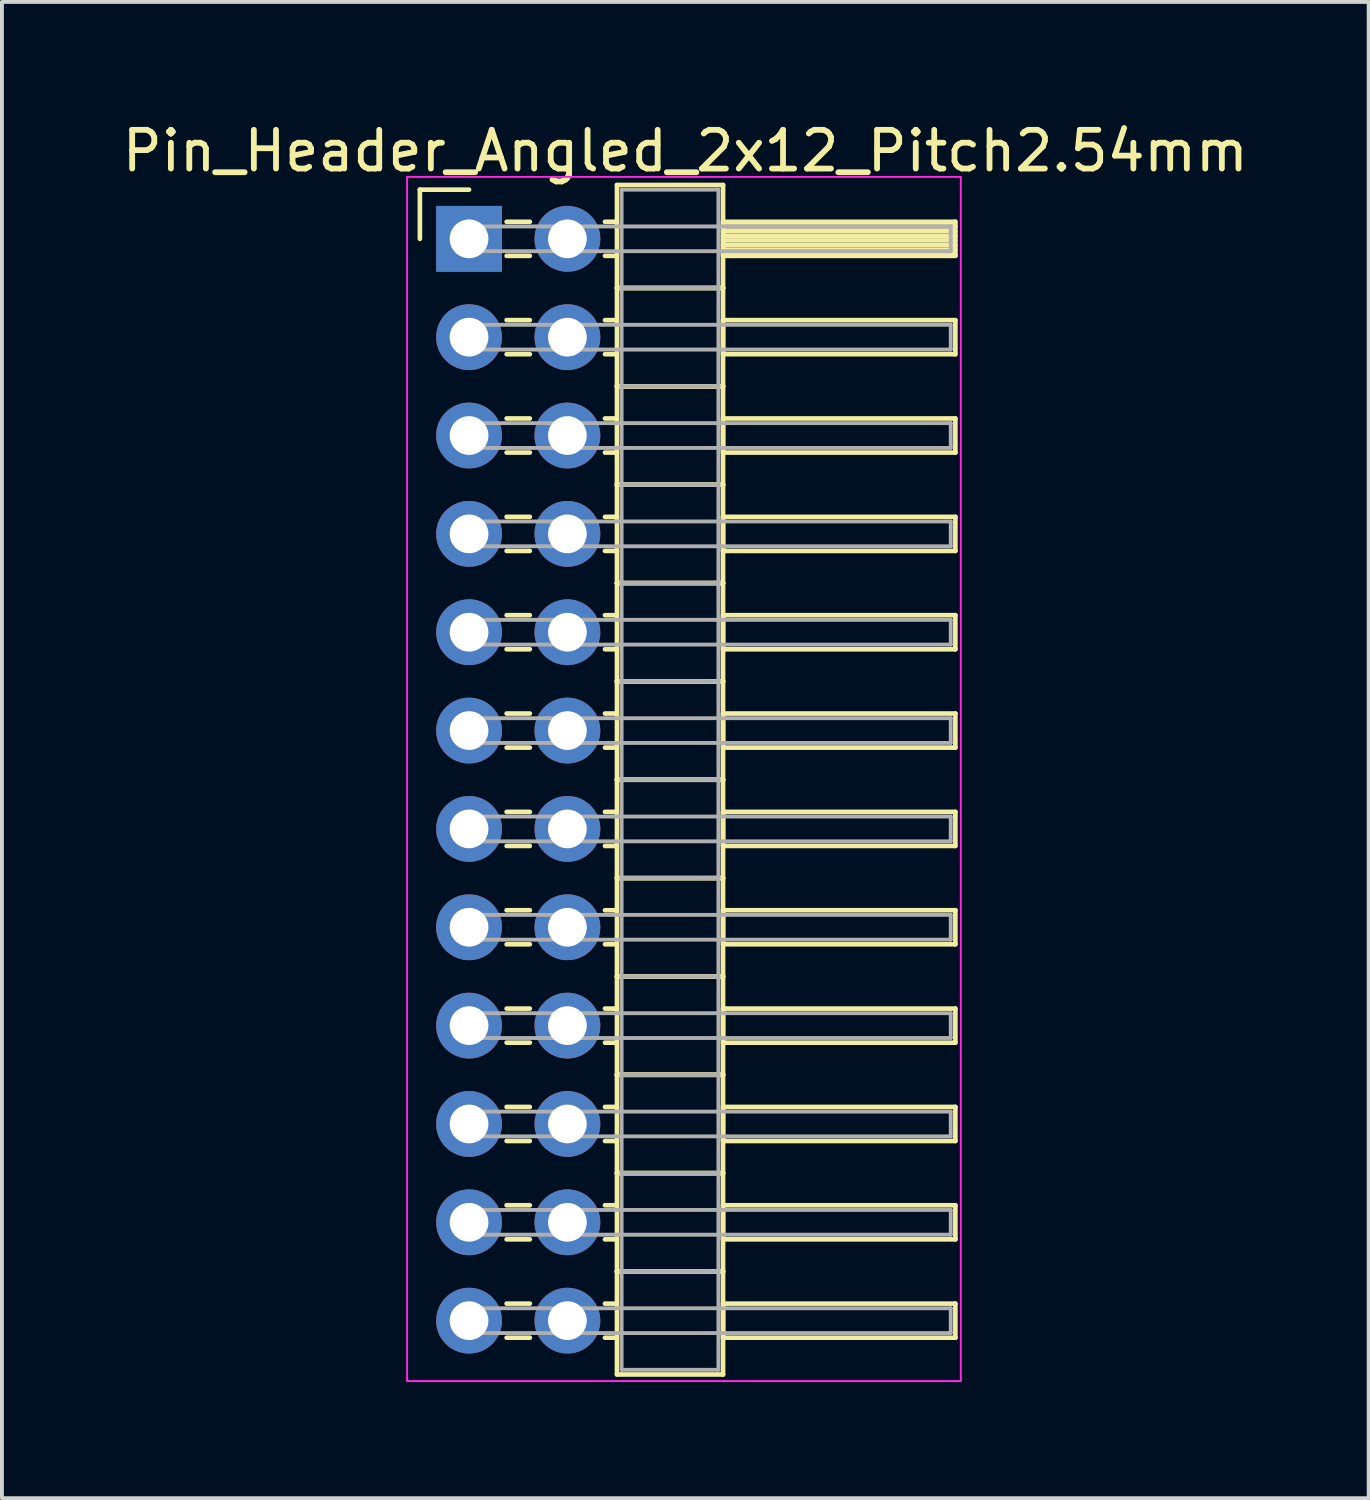
<source format=kicad_pcb>
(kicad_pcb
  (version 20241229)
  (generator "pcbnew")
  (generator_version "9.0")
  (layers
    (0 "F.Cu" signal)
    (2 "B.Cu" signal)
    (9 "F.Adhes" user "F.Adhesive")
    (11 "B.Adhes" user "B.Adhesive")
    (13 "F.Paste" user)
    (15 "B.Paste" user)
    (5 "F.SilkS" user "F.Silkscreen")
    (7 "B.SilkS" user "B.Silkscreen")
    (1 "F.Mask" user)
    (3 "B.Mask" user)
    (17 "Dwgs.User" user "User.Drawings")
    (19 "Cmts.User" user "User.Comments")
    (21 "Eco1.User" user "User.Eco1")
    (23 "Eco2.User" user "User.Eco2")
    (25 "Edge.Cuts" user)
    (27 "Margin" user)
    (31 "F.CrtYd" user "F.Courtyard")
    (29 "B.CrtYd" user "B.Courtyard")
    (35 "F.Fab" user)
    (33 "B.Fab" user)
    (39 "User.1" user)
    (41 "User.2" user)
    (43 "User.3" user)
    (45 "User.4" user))
  (footprint "Pin_Header_Angled_2x12_Pitch2.54mm"
    (layer "F.Cu")
    (at 9.064 3.118)
    (property "Reference" "Pin_Header_Angled_2x12_Pitch2.54mm" (at 5.585 -2.27 0) (layer "F.SilkS") (effects (font (size 1 1) (thickness 0.15))))
    (attr through_hole)
    (fp_line (start -1.27 -1.27) (end 0 -1.27) (stroke (width 0.12) (type solid)) (layer "F.SilkS"))
    (fp_line (start -1.27 0) (end -1.27 -1.27) (stroke (width 0.12) (type solid)) (layer "F.SilkS"))
    (fp_line (start 0.97 -0.44) (end 1.57 -0.44) (stroke (width 0.12) (type solid)) (layer "F.SilkS"))
    (fp_line (start 0.97 0.44) (end 1.57 0.44) (stroke (width 0.12) (type solid)) (layer "F.SilkS"))
    (fp_line (start 0.97 2.1) (end 1.57 2.1) (stroke (width 0.12) (type solid)) (layer "F.SilkS"))
    (fp_line (start 0.97 2.98) (end 1.57 2.98) (stroke (width 0.12) (type solid)) (layer "F.SilkS"))
    (fp_line (start 0.97 4.64) (end 1.57 4.64) (stroke (width 0.12) (type solid)) (layer "F.SilkS"))
    (fp_line (start 0.97 5.52) (end 1.57 5.52) (stroke (width 0.12) (type solid)) (layer "F.SilkS"))
    (fp_line (start 0.97 7.18) (end 1.57 7.18) (stroke (width 0.12) (type solid)) (layer "F.SilkS"))
    (fp_line (start 0.97 8.06) (end 1.57 8.06) (stroke (width 0.12) (type solid)) (layer "F.SilkS"))
    (fp_line (start 0.97 9.72) (end 1.57 9.72) (stroke (width 0.12) (type solid)) (layer "F.SilkS"))
    (fp_line (start 0.97 10.6) (end 1.57 10.6) (stroke (width 0.12) (type solid)) (layer "F.SilkS"))
    (fp_line (start 0.97 12.26) (end 1.57 12.26) (stroke (width 0.12) (type solid)) (layer "F.SilkS"))
    (fp_line (start 0.97 13.14) (end 1.57 13.14) (stroke (width 0.12) (type solid)) (layer "F.SilkS"))
    (fp_line (start 0.97 14.8) (end 1.57 14.8) (stroke (width 0.12) (type solid)) (layer "F.SilkS"))
    (fp_line (start 0.97 15.68) (end 1.57 15.68) (stroke (width 0.12) (type solid)) (layer "F.SilkS"))
    (fp_line (start 0.97 17.34) (end 1.57 17.34) (stroke (width 0.12) (type solid)) (layer "F.SilkS"))
    (fp_line (start 0.97 18.22) (end 1.57 18.22) (stroke (width 0.12) (type solid)) (layer "F.SilkS"))
    (fp_line (start 0.97 19.88) (end 1.57 19.88) (stroke (width 0.12) (type solid)) (layer "F.SilkS"))
    (fp_line (start 0.97 20.76) (end 1.57 20.76) (stroke (width 0.12) (type solid)) (layer "F.SilkS"))
    (fp_line (start 0.97 22.42) (end 1.57 22.42) (stroke (width 0.12) (type solid)) (layer "F.SilkS"))
    (fp_line (start 0.97 23.3) (end 1.57 23.3) (stroke (width 0.12) (type solid)) (layer "F.SilkS"))
    (fp_line (start 0.97 24.96) (end 1.57 24.96) (stroke (width 0.12) (type solid)) (layer "F.SilkS"))
    (fp_line (start 0.97 25.84) (end 1.57 25.84) (stroke (width 0.12) (type solid)) (layer "F.SilkS"))
    (fp_line (start 0.97 27.5) (end 1.57 27.5) (stroke (width 0.12) (type solid)) (layer "F.SilkS"))
    (fp_line (start 0.97 28.38) (end 1.57 28.38) (stroke (width 0.12) (type solid)) (layer "F.SilkS"))
    (fp_line (start 3.51 -0.44) (end 3.82 -0.44) (stroke (width 0.12) (type solid)) (layer "F.SilkS"))
    (fp_line (start 3.51 0.44) (end 3.82 0.44) (stroke (width 0.12) (type solid)) (layer "F.SilkS"))
    (fp_line (start 3.51 2.1) (end 3.82 2.1) (stroke (width 0.12) (type solid)) (layer "F.SilkS"))
    (fp_line (start 3.51 2.98) (end 3.82 2.98) (stroke (width 0.12) (type solid)) (layer "F.SilkS"))
    (fp_line (start 3.51 4.64) (end 3.82 4.64) (stroke (width 0.12) (type solid)) (layer "F.SilkS"))
    (fp_line (start 3.51 5.52) (end 3.82 5.52) (stroke (width 0.12) (type solid)) (layer "F.SilkS"))
    (fp_line (start 3.51 7.18) (end 3.82 7.18) (stroke (width 0.12) (type solid)) (layer "F.SilkS"))
    (fp_line (start 3.51 8.06) (end 3.82 8.06) (stroke (width 0.12) (type solid)) (layer "F.SilkS"))
    (fp_line (start 3.51 9.72) (end 3.82 9.72) (stroke (width 0.12) (type solid)) (layer "F.SilkS"))
    (fp_line (start 3.51 10.6) (end 3.82 10.6) (stroke (width 0.12) (type solid)) (layer "F.SilkS"))
    (fp_line (start 3.51 12.26) (end 3.82 12.26) (stroke (width 0.12) (type solid)) (layer "F.SilkS"))
    (fp_line (start 3.51 13.14) (end 3.82 13.14) (stroke (width 0.12) (type solid)) (layer "F.SilkS"))
    (fp_line (start 3.51 14.8) (end 3.82 14.8) (stroke (width 0.12) (type solid)) (layer "F.SilkS"))
    (fp_line (start 3.51 15.68) (end 3.82 15.68) (stroke (width 0.12) (type solid)) (layer "F.SilkS"))
    (fp_line (start 3.51 17.34) (end 3.82 17.34) (stroke (width 0.12) (type solid)) (layer "F.SilkS"))
    (fp_line (start 3.51 18.22) (end 3.82 18.22) (stroke (width 0.12) (type solid)) (layer "F.SilkS"))
    (fp_line (start 3.51 19.88) (end 3.82 19.88) (stroke (width 0.12) (type solid)) (layer "F.SilkS"))
    (fp_line (start 3.51 20.76) (end 3.82 20.76) (stroke (width 0.12) (type solid)) (layer "F.SilkS"))
    (fp_line (start 3.51 22.42) (end 3.82 22.42) (stroke (width 0.12) (type solid)) (layer "F.SilkS"))
    (fp_line (start 3.51 23.3) (end 3.82 23.3) (stroke (width 0.12) (type solid)) (layer "F.SilkS"))
    (fp_line (start 3.51 24.96) (end 3.82 24.96) (stroke (width 0.12) (type solid)) (layer "F.SilkS"))
    (fp_line (start 3.51 25.84) (end 3.82 25.84) (stroke (width 0.12) (type solid)) (layer "F.SilkS"))
    (fp_line (start 3.51 27.5) (end 3.82 27.5) (stroke (width 0.12) (type solid)) (layer "F.SilkS"))
    (fp_line (start 3.51 28.38) (end 3.82 28.38) (stroke (width 0.12) (type solid)) (layer "F.SilkS"))
    (fp_line (start 3.82 -1.39) (end 3.82 1.27) (stroke (width 0.12) (type solid)) (layer "F.SilkS"))
    (fp_line (start 3.82 1.27) (end 3.82 3.81) (stroke (width 0.12) (type solid)) (layer "F.SilkS"))
    (fp_line (start 3.82 1.27) (end 6.56 1.27) (stroke (width 0.12) (type solid)) (layer "F.SilkS"))
    (fp_line (start 3.82 3.81) (end 3.82 6.35) (stroke (width 0.12) (type solid)) (layer "F.SilkS"))
    (fp_line (start 3.82 3.81) (end 6.56 3.81) (stroke (width 0.12) (type solid)) (layer "F.SilkS"))
    (fp_line (start 3.82 6.35) (end 3.82 8.89) (stroke (width 0.12) (type solid)) (layer "F.SilkS"))
    (fp_line (start 3.82 6.35) (end 6.56 6.35) (stroke (width 0.12) (type solid)) (layer "F.SilkS"))
    (fp_line (start 3.82 8.89) (end 3.82 11.43) (stroke (width 0.12) (type solid)) (layer "F.SilkS"))
    (fp_line (start 3.82 8.89) (end 6.56 8.89) (stroke (width 0.12) (type solid)) (layer "F.SilkS"))
    (fp_line (start 3.82 11.43) (end 3.82 13.97) (stroke (width 0.12) (type solid)) (layer "F.SilkS"))
    (fp_line (start 3.82 11.43) (end 6.56 11.43) (stroke (width 0.12) (type solid)) (layer "F.SilkS"))
    (fp_line (start 3.82 13.97) (end 3.82 16.51) (stroke (width 0.12) (type solid)) (layer "F.SilkS"))
    (fp_line (start 3.82 13.97) (end 6.56 13.97) (stroke (width 0.12) (type solid)) (layer "F.SilkS"))
    (fp_line (start 3.82 16.51) (end 3.82 19.05) (stroke (width 0.12) (type solid)) (layer "F.SilkS"))
    (fp_line (start 3.82 16.51) (end 6.56 16.51) (stroke (width 0.12) (type solid)) (layer "F.SilkS"))
    (fp_line (start 3.82 19.05) (end 3.82 21.59) (stroke (width 0.12) (type solid)) (layer "F.SilkS"))
    (fp_line (start 3.82 19.05) (end 6.56 19.05) (stroke (width 0.12) (type solid)) (layer "F.SilkS"))
    (fp_line (start 3.82 21.59) (end 3.82 24.13) (stroke (width 0.12) (type solid)) (layer "F.SilkS"))
    (fp_line (start 3.82 21.59) (end 6.56 21.59) (stroke (width 0.12) (type solid)) (layer "F.SilkS"))
    (fp_line (start 3.82 24.13) (end 3.82 26.67) (stroke (width 0.12) (type solid)) (layer "F.SilkS"))
    (fp_line (start 3.82 24.13) (end 6.56 24.13) (stroke (width 0.12) (type solid)) (layer "F.SilkS"))
    (fp_line (start 3.82 26.67) (end 3.82 29.33) (stroke (width 0.12) (type solid)) (layer "F.SilkS"))
    (fp_line (start 3.82 26.67) (end 6.56 26.67) (stroke (width 0.12) (type solid)) (layer "F.SilkS"))
    (fp_line (start 3.82 29.33) (end 6.56 29.33) (stroke (width 0.12) (type solid)) (layer "F.SilkS"))
    (fp_line (start 6.56 -1.39) (end 3.82 -1.39) (stroke (width 0.12) (type solid)) (layer "F.SilkS"))
    (fp_line (start 6.56 -0.44) (end 6.56 0.44) (stroke (width 0.12) (type solid)) (layer "F.SilkS"))
    (fp_line (start 6.56 -0.32) (end 12.56 -0.32) (stroke (width 0.12) (type solid)) (layer "F.SilkS"))
    (fp_line (start 6.56 -0.2) (end 12.56 -0.2) (stroke (width 0.12) (type solid)) (layer "F.SilkS"))
    (fp_line (start 6.56 -0.08) (end 12.56 -0.08) (stroke (width 0.12) (type solid)) (layer "F.SilkS"))
    (fp_line (start 6.56 0.04) (end 12.56 0.04) (stroke (width 0.12) (type solid)) (layer "F.SilkS"))
    (fp_line (start 6.56 0.16) (end 12.56 0.16) (stroke (width 0.12) (type solid)) (layer "F.SilkS"))
    (fp_line (start 6.56 0.28) (end 12.56 0.28) (stroke (width 0.12) (type solid)) (layer "F.SilkS"))
    (fp_line (start 6.56 0.4) (end 12.56 0.4) (stroke (width 0.12) (type solid)) (layer "F.SilkS"))
    (fp_line (start 6.56 0.44) (end 12.56 0.44) (stroke (width 0.12) (type solid)) (layer "F.SilkS"))
    (fp_line (start 6.56 1.27) (end 3.82 1.27) (stroke (width 0.12) (type solid)) (layer "F.SilkS"))
    (fp_line (start 6.56 1.27) (end 6.56 -1.39) (stroke (width 0.12) (type solid)) (layer "F.SilkS"))
    (fp_line (start 6.56 2.1) (end 6.56 2.98) (stroke (width 0.12) (type solid)) (layer "F.SilkS"))
    (fp_line (start 6.56 2.98) (end 12.56 2.98) (stroke (width 0.12) (type solid)) (layer "F.SilkS"))
    (fp_line (start 6.56 3.81) (end 3.82 3.81) (stroke (width 0.12) (type solid)) (layer "F.SilkS"))
    (fp_line (start 6.56 3.81) (end 6.56 1.27) (stroke (width 0.12) (type solid)) (layer "F.SilkS"))
    (fp_line (start 6.56 4.64) (end 6.56 5.52) (stroke (width 0.12) (type solid)) (layer "F.SilkS"))
    (fp_line (start 6.56 5.52) (end 12.56 5.52) (stroke (width 0.12) (type solid)) (layer "F.SilkS"))
    (fp_line (start 6.56 6.35) (end 3.82 6.35) (stroke (width 0.12) (type solid)) (layer "F.SilkS"))
    (fp_line (start 6.56 6.35) (end 6.56 3.81) (stroke (width 0.12) (type solid)) (layer "F.SilkS"))
    (fp_line (start 6.56 7.18) (end 6.56 8.06) (stroke (width 0.12) (type solid)) (layer "F.SilkS"))
    (fp_line (start 6.56 8.06) (end 12.56 8.06) (stroke (width 0.12) (type solid)) (layer "F.SilkS"))
    (fp_line (start 6.56 8.89) (end 3.82 8.89) (stroke (width 0.12) (type solid)) (layer "F.SilkS"))
    (fp_line (start 6.56 8.89) (end 6.56 6.35) (stroke (width 0.12) (type solid)) (layer "F.SilkS"))
    (fp_line (start 6.56 9.72) (end 6.56 10.6) (stroke (width 0.12) (type solid)) (layer "F.SilkS"))
    (fp_line (start 6.56 10.6) (end 12.56 10.6) (stroke (width 0.12) (type solid)) (layer "F.SilkS"))
    (fp_line (start 6.56 11.43) (end 3.82 11.43) (stroke (width 0.12) (type solid)) (layer "F.SilkS"))
    (fp_line (start 6.56 11.43) (end 6.56 8.89) (stroke (width 0.12) (type solid)) (layer "F.SilkS"))
    (fp_line (start 6.56 12.26) (end 6.56 13.14) (stroke (width 0.12) (type solid)) (layer "F.SilkS"))
    (fp_line (start 6.56 13.14) (end 12.56 13.14) (stroke (width 0.12) (type solid)) (layer "F.SilkS"))
    (fp_line (start 6.56 13.97) (end 3.82 13.97) (stroke (width 0.12) (type solid)) (layer "F.SilkS"))
    (fp_line (start 6.56 13.97) (end 6.56 11.43) (stroke (width 0.12) (type solid)) (layer "F.SilkS"))
    (fp_line (start 6.56 14.8) (end 6.56 15.68) (stroke (width 0.12) (type solid)) (layer "F.SilkS"))
    (fp_line (start 6.56 15.68) (end 12.56 15.68) (stroke (width 0.12) (type solid)) (layer "F.SilkS"))
    (fp_line (start 6.56 16.51) (end 3.82 16.51) (stroke (width 0.12) (type solid)) (layer "F.SilkS"))
    (fp_line (start 6.56 16.51) (end 6.56 13.97) (stroke (width 0.12) (type solid)) (layer "F.SilkS"))
    (fp_line (start 6.56 17.34) (end 6.56 18.22) (stroke (width 0.12) (type solid)) (layer "F.SilkS"))
    (fp_line (start 6.56 18.22) (end 12.56 18.22) (stroke (width 0.12) (type solid)) (layer "F.SilkS"))
    (fp_line (start 6.56 19.05) (end 3.82 19.05) (stroke (width 0.12) (type solid)) (layer "F.SilkS"))
    (fp_line (start 6.56 19.05) (end 6.56 16.51) (stroke (width 0.12) (type solid)) (layer "F.SilkS"))
    (fp_line (start 6.56 19.88) (end 6.56 20.76) (stroke (width 0.12) (type solid)) (layer "F.SilkS"))
    (fp_line (start 6.56 20.76) (end 12.56 20.76) (stroke (width 0.12) (type solid)) (layer "F.SilkS"))
    (fp_line (start 6.56 21.59) (end 3.82 21.59) (stroke (width 0.12) (type solid)) (layer "F.SilkS"))
    (fp_line (start 6.56 21.59) (end 6.56 19.05) (stroke (width 0.12) (type solid)) (layer "F.SilkS"))
    (fp_line (start 6.56 22.42) (end 6.56 23.3) (stroke (width 0.12) (type solid)) (layer "F.SilkS"))
    (fp_line (start 6.56 23.3) (end 12.56 23.3) (stroke (width 0.12) (type solid)) (layer "F.SilkS"))
    (fp_line (start 6.56 24.13) (end 3.82 24.13) (stroke (width 0.12) (type solid)) (layer "F.SilkS"))
    (fp_line (start 6.56 24.13) (end 6.56 21.59) (stroke (width 0.12) (type solid)) (layer "F.SilkS"))
    (fp_line (start 6.56 24.96) (end 6.56 25.84) (stroke (width 0.12) (type solid)) (layer "F.SilkS"))
    (fp_line (start 6.56 25.84) (end 12.56 25.84) (stroke (width 0.12) (type solid)) (layer "F.SilkS"))
    (fp_line (start 6.56 26.67) (end 3.82 26.67) (stroke (width 0.12) (type solid)) (layer "F.SilkS"))
    (fp_line (start 6.56 26.67) (end 6.56 24.13) (stroke (width 0.12) (type solid)) (layer "F.SilkS"))
    (fp_line (start 6.56 27.5) (end 6.56 28.38) (stroke (width 0.12) (type solid)) (layer "F.SilkS"))
    (fp_line (start 6.56 28.38) (end 12.56 28.38) (stroke (width 0.12) (type solid)) (layer "F.SilkS"))
    (fp_line (start 6.56 29.33) (end 6.56 26.67) (stroke (width 0.12) (type solid)) (layer "F.SilkS"))
    (fp_line (start 12.56 -0.44) (end 6.56 -0.44) (stroke (width 0.12) (type solid)) (layer "F.SilkS"))
    (fp_line (start 12.56 0.44) (end 12.56 -0.44) (stroke (width 0.12) (type solid)) (layer "F.SilkS"))
    (fp_line (start 12.56 2.1) (end 6.56 2.1) (stroke (width 0.12) (type solid)) (layer "F.SilkS"))
    (fp_line (start 12.56 2.98) (end 12.56 2.1) (stroke (width 0.12) (type solid)) (layer "F.SilkS"))
    (fp_line (start 12.56 4.64) (end 6.56 4.64) (stroke (width 0.12) (type solid)) (layer "F.SilkS"))
    (fp_line (start 12.56 5.52) (end 12.56 4.64) (stroke (width 0.12) (type solid)) (layer "F.SilkS"))
    (fp_line (start 12.56 7.18) (end 6.56 7.18) (stroke (width 0.12) (type solid)) (layer "F.SilkS"))
    (fp_line (start 12.56 8.06) (end 12.56 7.18) (stroke (width 0.12) (type solid)) (layer "F.SilkS"))
    (fp_line (start 12.56 9.72) (end 6.56 9.72) (stroke (width 0.12) (type solid)) (layer "F.SilkS"))
    (fp_line (start 12.56 10.6) (end 12.56 9.72) (stroke (width 0.12) (type solid)) (layer "F.SilkS"))
    (fp_line (start 12.56 12.26) (end 6.56 12.26) (stroke (width 0.12) (type solid)) (layer "F.SilkS"))
    (fp_line (start 12.56 13.14) (end 12.56 12.26) (stroke (width 0.12) (type solid)) (layer "F.SilkS"))
    (fp_line (start 12.56 14.8) (end 6.56 14.8) (stroke (width 0.12) (type solid)) (layer "F.SilkS"))
    (fp_line (start 12.56 15.68) (end 12.56 14.8) (stroke (width 0.12) (type solid)) (layer "F.SilkS"))
    (fp_line (start 12.56 17.34) (end 6.56 17.34) (stroke (width 0.12) (type solid)) (layer "F.SilkS"))
    (fp_line (start 12.56 18.22) (end 12.56 17.34) (stroke (width 0.12) (type solid)) (layer "F.SilkS"))
    (fp_line (start 12.56 19.88) (end 6.56 19.88) (stroke (width 0.12) (type solid)) (layer "F.SilkS"))
    (fp_line (start 12.56 20.76) (end 12.56 19.88) (stroke (width 0.12) (type solid)) (layer "F.SilkS"))
    (fp_line (start 12.56 22.42) (end 6.56 22.42) (stroke (width 0.12) (type solid)) (layer "F.SilkS"))
    (fp_line (start 12.56 23.3) (end 12.56 22.42) (stroke (width 0.12) (type solid)) (layer "F.SilkS"))
    (fp_line (start 12.56 24.96) (end 6.56 24.96) (stroke (width 0.12) (type solid)) (layer "F.SilkS"))
    (fp_line (start 12.56 25.84) (end 12.56 24.96) (stroke (width 0.12) (type solid)) (layer "F.SilkS"))
    (fp_line (start 12.56 27.5) (end 6.56 27.5) (stroke (width 0.12) (type solid)) (layer "F.SilkS"))
    (fp_line (start 12.56 28.38) (end 12.56 27.5) (stroke (width 0.12) (type solid)) (layer "F.SilkS"))
    (fp_line (start -1.6 -1.6) (end -1.6 29.5) (stroke (width 0.05) (type solid)) (layer "F.CrtYd"))
    (fp_line (start -1.6 29.5) (end 12.7 29.5) (stroke (width 0.05) (type solid)) (layer "F.CrtYd"))
    (fp_line (start 12.7 -1.6) (end -1.6 -1.6) (stroke (width 0.05) (type solid)) (layer "F.CrtYd"))
    (fp_line (start 12.7 29.5) (end 12.7 -1.6) (stroke (width 0.05) (type solid)) (layer "F.CrtYd"))
    (fp_line (start 0 -0.32) (end 0 0.32) (stroke (width 0.1) (type solid)) (layer "F.Fab"))
    (fp_line (start 0 0.32) (end 12.44 0.32) (stroke (width 0.1) (type solid)) (layer "F.Fab"))
    (fp_line (start 0 2.22) (end 0 2.86) (stroke (width 0.1) (type solid)) (layer "F.Fab"))
    (fp_line (start 0 2.86) (end 12.44 2.86) (stroke (width 0.1) (type solid)) (layer "F.Fab"))
    (fp_line (start 0 4.76) (end 0 5.4) (stroke (width 0.1) (type solid)) (layer "F.Fab"))
    (fp_line (start 0 5.4) (end 12.44 5.4) (stroke (width 0.1) (type solid)) (layer "F.Fab"))
    (fp_line (start 0 7.3) (end 0 7.94) (stroke (width 0.1) (type solid)) (layer "F.Fab"))
    (fp_line (start 0 7.94) (end 12.44 7.94) (stroke (width 0.1) (type solid)) (layer "F.Fab"))
    (fp_line (start 0 9.84) (end 0 10.48) (stroke (width 0.1) (type solid)) (layer "F.Fab"))
    (fp_line (start 0 10.48) (end 12.44 10.48) (stroke (width 0.1) (type solid)) (layer "F.Fab"))
    (fp_line (start 0 12.38) (end 0 13.02) (stroke (width 0.1) (type solid)) (layer "F.Fab"))
    (fp_line (start 0 13.02) (end 12.44 13.02) (stroke (width 0.1) (type solid)) (layer "F.Fab"))
    (fp_line (start 0 14.92) (end 0 15.56) (stroke (width 0.1) (type solid)) (layer "F.Fab"))
    (fp_line (start 0 15.56) (end 12.44 15.56) (stroke (width 0.1) (type solid)) (layer "F.Fab"))
    (fp_line (start 0 17.46) (end 0 18.1) (stroke (width 0.1) (type solid)) (layer "F.Fab"))
    (fp_line (start 0 18.1) (end 12.44 18.1) (stroke (width 0.1) (type solid)) (layer "F.Fab"))
    (fp_line (start 0 20) (end 0 20.64) (stroke (width 0.1) (type solid)) (layer "F.Fab"))
    (fp_line (start 0 20.64) (end 12.44 20.64) (stroke (width 0.1) (type solid)) (layer "F.Fab"))
    (fp_line (start 0 22.54) (end 0 23.18) (stroke (width 0.1) (type solid)) (layer "F.Fab"))
    (fp_line (start 0 23.18) (end 12.44 23.18) (stroke (width 0.1) (type solid)) (layer "F.Fab"))
    (fp_line (start 0 25.08) (end 0 25.72) (stroke (width 0.1) (type solid)) (layer "F.Fab"))
    (fp_line (start 0 25.72) (end 12.44 25.72) (stroke (width 0.1) (type solid)) (layer "F.Fab"))
    (fp_line (start 0 27.62) (end 0 28.26) (stroke (width 0.1) (type solid)) (layer "F.Fab"))
    (fp_line (start 0 28.26) (end 12.44 28.26) (stroke (width 0.1) (type solid)) (layer "F.Fab"))
    (fp_line (start 3.94 -1.27) (end 3.94 1.27) (stroke (width 0.1) (type solid)) (layer "F.Fab"))
    (fp_line (start 3.94 1.27) (end 3.94 3.81) (stroke (width 0.1) (type solid)) (layer "F.Fab"))
    (fp_line (start 3.94 1.27) (end 6.44 1.27) (stroke (width 0.1) (type solid)) (layer "F.Fab"))
    (fp_line (start 3.94 3.81) (end 3.94 6.35) (stroke (width 0.1) (type solid)) (layer "F.Fab"))
    (fp_line (start 3.94 3.81) (end 6.44 3.81) (stroke (width 0.1) (type solid)) (layer "F.Fab"))
    (fp_line (start 3.94 6.35) (end 3.94 8.89) (stroke (width 0.1) (type solid)) (layer "F.Fab"))
    (fp_line (start 3.94 6.35) (end 6.44 6.35) (stroke (width 0.1) (type solid)) (layer "F.Fab"))
    (fp_line (start 3.94 8.89) (end 3.94 11.43) (stroke (width 0.1) (type solid)) (layer "F.Fab"))
    (fp_line (start 3.94 8.89) (end 6.44 8.89) (stroke (width 0.1) (type solid)) (layer "F.Fab"))
    (fp_line (start 3.94 11.43) (end 3.94 13.97) (stroke (width 0.1) (type solid)) (layer "F.Fab"))
    (fp_line (start 3.94 11.43) (end 6.44 11.43) (stroke (width 0.1) (type solid)) (layer "F.Fab"))
    (fp_line (start 3.94 13.97) (end 3.94 16.51) (stroke (width 0.1) (type solid)) (layer "F.Fab"))
    (fp_line (start 3.94 13.97) (end 6.44 13.97) (stroke (width 0.1) (type solid)) (layer "F.Fab"))
    (fp_line (start 3.94 16.51) (end 3.94 19.05) (stroke (width 0.1) (type solid)) (layer "F.Fab"))
    (fp_line (start 3.94 16.51) (end 6.44 16.51) (stroke (width 0.1) (type solid)) (layer "F.Fab"))
    (fp_line (start 3.94 19.05) (end 3.94 21.59) (stroke (width 0.1) (type solid)) (layer "F.Fab"))
    (fp_line (start 3.94 19.05) (end 6.44 19.05) (stroke (width 0.1) (type solid)) (layer "F.Fab"))
    (fp_line (start 3.94 21.59) (end 3.94 24.13) (stroke (width 0.1) (type solid)) (layer "F.Fab"))
    (fp_line (start 3.94 21.59) (end 6.44 21.59) (stroke (width 0.1) (type solid)) (layer "F.Fab"))
    (fp_line (start 3.94 24.13) (end 3.94 26.67) (stroke (width 0.1) (type solid)) (layer "F.Fab"))
    (fp_line (start 3.94 24.13) (end 6.44 24.13) (stroke (width 0.1) (type solid)) (layer "F.Fab"))
    (fp_line (start 3.94 26.67) (end 3.94 29.21) (stroke (width 0.1) (type solid)) (layer "F.Fab"))
    (fp_line (start 3.94 26.67) (end 6.44 26.67) (stroke (width 0.1) (type solid)) (layer "F.Fab"))
    (fp_line (start 3.94 29.21) (end 6.44 29.21) (stroke (width 0.1) (type solid)) (layer "F.Fab"))
    (fp_line (start 6.44 -1.27) (end 3.94 -1.27) (stroke (width 0.1) (type solid)) (layer "F.Fab"))
    (fp_line (start 6.44 1.27) (end 3.94 1.27) (stroke (width 0.1) (type solid)) (layer "F.Fab"))
    (fp_line (start 6.44 1.27) (end 6.44 -1.27) (stroke (width 0.1) (type solid)) (layer "F.Fab"))
    (fp_line (start 6.44 3.81) (end 3.94 3.81) (stroke (width 0.1) (type solid)) (layer "F.Fab"))
    (fp_line (start 6.44 3.81) (end 6.44 1.27) (stroke (width 0.1) (type solid)) (layer "F.Fab"))
    (fp_line (start 6.44 6.35) (end 3.94 6.35) (stroke (width 0.1) (type solid)) (layer "F.Fab"))
    (fp_line (start 6.44 6.35) (end 6.44 3.81) (stroke (width 0.1) (type solid)) (layer "F.Fab"))
    (fp_line (start 6.44 8.89) (end 3.94 8.89) (stroke (width 0.1) (type solid)) (layer "F.Fab"))
    (fp_line (start 6.44 8.89) (end 6.44 6.35) (stroke (width 0.1) (type solid)) (layer "F.Fab"))
    (fp_line (start 6.44 11.43) (end 3.94 11.43) (stroke (width 0.1) (type solid)) (layer "F.Fab"))
    (fp_line (start 6.44 11.43) (end 6.44 8.89) (stroke (width 0.1) (type solid)) (layer "F.Fab"))
    (fp_line (start 6.44 13.97) (end 3.94 13.97) (stroke (width 0.1) (type solid)) (layer "F.Fab"))
    (fp_line (start 6.44 13.97) (end 6.44 11.43) (stroke (width 0.1) (type solid)) (layer "F.Fab"))
    (fp_line (start 6.44 16.51) (end 3.94 16.51) (stroke (width 0.1) (type solid)) (layer "F.Fab"))
    (fp_line (start 6.44 16.51) (end 6.44 13.97) (stroke (width 0.1) (type solid)) (layer "F.Fab"))
    (fp_line (start 6.44 19.05) (end 3.94 19.05) (stroke (width 0.1) (type solid)) (layer "F.Fab"))
    (fp_line (start 6.44 19.05) (end 6.44 16.51) (stroke (width 0.1) (type solid)) (layer "F.Fab"))
    (fp_line (start 6.44 21.59) (end 3.94 21.59) (stroke (width 0.1) (type solid)) (layer "F.Fab"))
    (fp_line (start 6.44 21.59) (end 6.44 19.05) (stroke (width 0.1) (type solid)) (layer "F.Fab"))
    (fp_line (start 6.44 24.13) (end 3.94 24.13) (stroke (width 0.1) (type solid)) (layer "F.Fab"))
    (fp_line (start 6.44 24.13) (end 6.44 21.59) (stroke (width 0.1) (type solid)) (layer "F.Fab"))
    (fp_line (start 6.44 26.67) (end 3.94 26.67) (stroke (width 0.1) (type solid)) (layer "F.Fab"))
    (fp_line (start 6.44 26.67) (end 6.44 24.13) (stroke (width 0.1) (type solid)) (layer "F.Fab"))
    (fp_line (start 6.44 29.21) (end 6.44 26.67) (stroke (width 0.1) (type solid)) (layer "F.Fab"))
    (fp_line (start 12.44 -0.32) (end 0 -0.32) (stroke (width 0.1) (type solid)) (layer "F.Fab"))
    (fp_line (start 12.44 0.32) (end 12.44 -0.32) (stroke (width 0.1) (type solid)) (layer "F.Fab"))
    (fp_line (start 12.44 2.22) (end 0 2.22) (stroke (width 0.1) (type solid)) (layer "F.Fab"))
    (fp_line (start 12.44 2.86) (end 12.44 2.22) (stroke (width 0.1) (type solid)) (layer "F.Fab"))
    (fp_line (start 12.44 4.76) (end 0 4.76) (stroke (width 0.1) (type solid)) (layer "F.Fab"))
    (fp_line (start 12.44 5.4) (end 12.44 4.76) (stroke (width 0.1) (type solid)) (layer "F.Fab"))
    (fp_line (start 12.44 7.3) (end 0 7.3) (stroke (width 0.1) (type solid)) (layer "F.Fab"))
    (fp_line (start 12.44 7.94) (end 12.44 7.3) (stroke (width 0.1) (type solid)) (layer "F.Fab"))
    (fp_line (start 12.44 9.84) (end 0 9.84) (stroke (width 0.1) (type solid)) (layer "F.Fab"))
    (fp_line (start 12.44 10.48) (end 12.44 9.84) (stroke (width 0.1) (type solid)) (layer "F.Fab"))
    (fp_line (start 12.44 12.38) (end 0 12.38) (stroke (width 0.1) (type solid)) (layer "F.Fab"))
    (fp_line (start 12.44 13.02) (end 12.44 12.38) (stroke (width 0.1) (type solid)) (layer "F.Fab"))
    (fp_line (start 12.44 14.92) (end 0 14.92) (stroke (width 0.1) (type solid)) (layer "F.Fab"))
    (fp_line (start 12.44 15.56) (end 12.44 14.92) (stroke (width 0.1) (type solid)) (layer "F.Fab"))
    (fp_line (start 12.44 17.46) (end 0 17.46) (stroke (width 0.1) (type solid)) (layer "F.Fab"))
    (fp_line (start 12.44 18.1) (end 12.44 17.46) (stroke (width 0.1) (type solid)) (layer "F.Fab"))
    (fp_line (start 12.44 20) (end 0 20) (stroke (width 0.1) (type solid)) (layer "F.Fab"))
    (fp_line (start 12.44 20.64) (end 12.44 20) (stroke (width 0.1) (type solid)) (layer "F.Fab"))
    (fp_line (start 12.44 22.54) (end 0 22.54) (stroke (width 0.1) (type solid)) (layer "F.Fab"))
    (fp_line (start 12.44 23.18) (end 12.44 22.54) (stroke (width 0.1) (type solid)) (layer "F.Fab"))
    (fp_line (start 12.44 25.08) (end 0 25.08) (stroke (width 0.1) (type solid)) (layer "F.Fab"))
    (fp_line (start 12.44 25.72) (end 12.44 25.08) (stroke (width 0.1) (type solid)) (layer "F.Fab"))
    (fp_line (start 12.44 27.62) (end 0 27.62) (stroke (width 0.1) (type solid)) (layer "F.Fab"))
    (fp_line (start 12.44 28.26) (end 12.44 27.62) (stroke (width 0.1) (type solid)) (layer "F.Fab"))
    (pad "1" thru_hole rect (at 0 0) (size 1.7 1.7) (drill 1) (layers "*.Cu" "*.Mask"))
    (pad "2" thru_hole oval (at 2.54 0) (size 1.7 1.7) (drill 1) (layers "*.Cu" "*.Mask"))
    (pad "3" thru_hole oval (at 0 2.54) (size 1.7 1.7) (drill 1) (layers "*.Cu" "*.Mask"))
    (pad "4" thru_hole oval (at 2.54 2.54) (size 1.7 1.7) (drill 1) (layers "*.Cu" "*.Mask"))
    (pad "5" thru_hole oval (at 0 5.08) (size 1.7 1.7) (drill 1) (layers "*.Cu" "*.Mask"))
    (pad "6" thru_hole oval (at 2.54 5.08) (size 1.7 1.7) (drill 1) (layers "*.Cu" "*.Mask"))
    (pad "7" thru_hole oval (at 0 7.62) (size 1.7 1.7) (drill 1) (layers "*.Cu" "*.Mask"))
    (pad "8" thru_hole oval (at 2.54 7.62) (size 1.7 1.7) (drill 1) (layers "*.Cu" "*.Mask"))
    (pad "9" thru_hole oval (at 0 10.16) (size 1.7 1.7) (drill 1) (layers "*.Cu" "*.Mask"))
    (pad "10" thru_hole oval (at 2.54 10.16) (size 1.7 1.7) (drill 1) (layers "*.Cu" "*.Mask"))
    (pad "11" thru_hole oval (at 0 12.7) (size 1.7 1.7) (drill 1) (layers "*.Cu" "*.Mask"))
    (pad "12" thru_hole oval (at 2.54 12.7) (size 1.7 1.7) (drill 1) (layers "*.Cu" "*.Mask"))
    (pad "13" thru_hole oval (at 0 15.24) (size 1.7 1.7) (drill 1) (layers "*.Cu" "*.Mask"))
    (pad "14" thru_hole oval (at 2.54 15.24) (size 1.7 1.7) (drill 1) (layers "*.Cu" "*.Mask"))
    (pad "15" thru_hole oval (at 0 17.78) (size 1.7 1.7) (drill 1) (layers "*.Cu" "*.Mask"))
    (pad "16" thru_hole oval (at 2.54 17.78) (size 1.7 1.7) (drill 1) (layers "*.Cu" "*.Mask"))
    (pad "17" thru_hole oval (at 0 20.32) (size 1.7 1.7) (drill 1) (layers "*.Cu" "*.Mask"))
    (pad "18" thru_hole oval (at 2.54 20.32) (size 1.7 1.7) (drill 1) (layers "*.Cu" "*.Mask"))
    (pad "19" thru_hole oval (at 0 22.86) (size 1.7 1.7) (drill 1) (layers "*.Cu" "*.Mask"))
    (pad "20" thru_hole oval (at 2.54 22.86) (size 1.7 1.7) (drill 1) (layers "*.Cu" "*.Mask"))
    (pad "21" thru_hole oval (at 0 25.4) (size 1.7 1.7) (drill 1) (layers "*.Cu" "*.Mask"))
    (pad "22" thru_hole oval (at 2.54 25.4) (size 1.7 1.7) (drill 1) (layers "*.Cu" "*.Mask"))
    (pad "23" thru_hole oval (at 0 27.94) (size 1.7 1.7) (drill 1) (layers "*.Cu" "*.Mask"))
    (pad "24" thru_hole oval (at 2.54 27.94) (size 1.7 1.7) (drill 1) (layers "*.Cu" "*.Mask")))
  (gr_rect
    (start -3 -3)
    (end 32.298 35.643)
    (stroke (width 0.1) (type default))
    (fill no)
    (layer "Edge.Cuts")))
</source>
